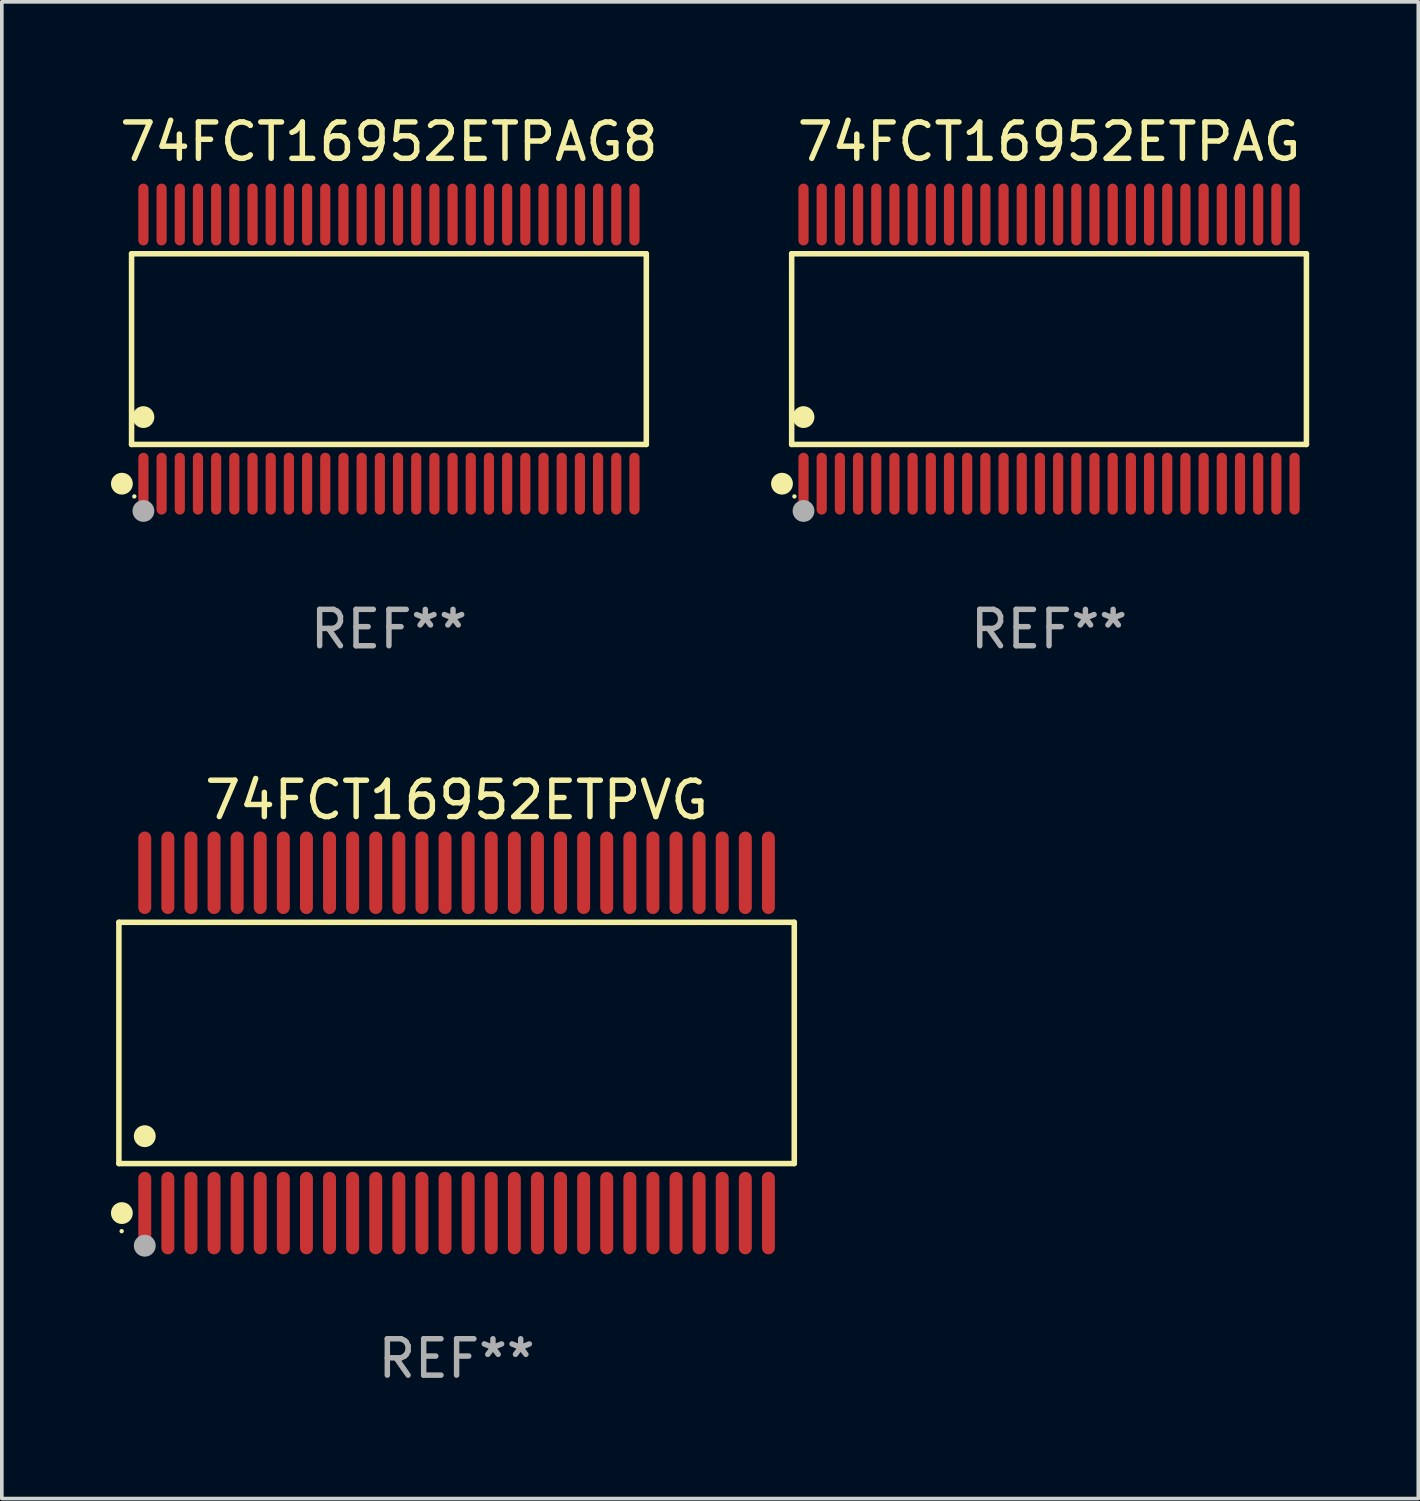
<source format=kicad_pcb>
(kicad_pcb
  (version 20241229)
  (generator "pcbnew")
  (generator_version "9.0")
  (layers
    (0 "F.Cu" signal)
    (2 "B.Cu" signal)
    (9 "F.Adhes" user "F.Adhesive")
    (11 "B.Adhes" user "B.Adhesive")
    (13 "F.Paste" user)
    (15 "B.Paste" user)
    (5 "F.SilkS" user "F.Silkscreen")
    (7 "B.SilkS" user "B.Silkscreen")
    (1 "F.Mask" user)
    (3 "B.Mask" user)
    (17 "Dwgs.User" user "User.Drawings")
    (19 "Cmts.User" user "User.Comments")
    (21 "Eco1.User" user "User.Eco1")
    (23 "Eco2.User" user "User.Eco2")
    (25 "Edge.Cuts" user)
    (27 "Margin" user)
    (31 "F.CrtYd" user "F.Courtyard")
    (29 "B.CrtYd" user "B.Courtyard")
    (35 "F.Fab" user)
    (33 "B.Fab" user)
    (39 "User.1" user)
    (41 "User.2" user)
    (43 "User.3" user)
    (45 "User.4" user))
  (footprint "74FCT16952ETPAG8"
    (layer "F.Cu")
    (at 7.643 6.548)
    (property "Reference" "74FCT16952ETPAG8" (at 0 -5.7 0) (layer "F.SilkS") (effects (font (size 1 1) (thickness 0.15))))
    (attr through_hole)
    (fp_line (start -7.076 -2.621) (end 7.076 -2.621) (stroke (width 0.152) (type solid)) (layer "F.SilkS"))
    (fp_line (start -7.076 2.621) (end -7.076 -2.621) (stroke (width 0.152) (type solid)) (layer "F.SilkS"))
    (fp_line (start 7.076 -2.621) (end 7.076 2.621) (stroke (width 0.152) (type solid)) (layer "F.SilkS"))
    (fp_line (start 7.076 2.621) (end -7.076 2.621) (stroke (width 0.152) (type solid)) (layer "F.SilkS"))
    (fp_circle (center -7.342 3.7) (end -7.192 3.7) (stroke (width 0.3) (type solid)) (fill no) (layer "F.SilkS"))
    (fp_circle (center -7 4.05) (end -6.97 4.05) (stroke (width 0.06) (type solid)) (fill no) (layer "F.SilkS"))
    (fp_circle (center -6.75 1.869) (end -6.6 1.869) (stroke (width 0.3) (type solid)) (fill no) (layer "F.SilkS"))
    (fp_circle (center -6.75 4.45) (end -6.6 4.45) (stroke (width 0.3) (type solid)) (fill no) (layer "F.Fab"))
    (fp_text user "REF**" (at 0 7.7 0) (layer "F.Fab") (effects (font (size 1 1) (thickness 0.15))))
    (pad "1" smd oval (at -6.75 3.7) (size 0.28 1.7) (layers "F.Cu" "F.Mask" "F.Paste"))
    (pad "2" smd oval (at -6.25 3.7) (size 0.28 1.7) (layers "F.Cu" "F.Mask" "F.Paste"))
    (pad "3" smd oval (at -5.75 3.7) (size 0.28 1.7) (layers "F.Cu" "F.Mask" "F.Paste"))
    (pad "4" smd oval (at -5.25 3.7) (size 0.28 1.7) (layers "F.Cu" "F.Mask" "F.Paste"))
    (pad "5" smd oval (at -4.75 3.7) (size 0.28 1.7) (layers "F.Cu" "F.Mask" "F.Paste"))
    (pad "6" smd oval (at -4.25 3.7) (size 0.28 1.7) (layers "F.Cu" "F.Mask" "F.Paste"))
    (pad "7" smd oval (at -3.75 3.7) (size 0.28 1.7) (layers "F.Cu" "F.Mask" "F.Paste"))
    (pad "8" smd oval (at -3.25 3.7) (size 0.28 1.7) (layers "F.Cu" "F.Mask" "F.Paste"))
    (pad "9" smd oval (at -2.75 3.7) (size 0.28 1.7) (layers "F.Cu" "F.Mask" "F.Paste"))
    (pad "10" smd oval (at -2.25 3.7) (size 0.28 1.7) (layers "F.Cu" "F.Mask" "F.Paste"))
    (pad "11" smd oval (at -1.75 3.7) (size 0.28 1.7) (layers "F.Cu" "F.Mask" "F.Paste"))
    (pad "12" smd oval (at -1.25 3.7) (size 0.28 1.7) (layers "F.Cu" "F.Mask" "F.Paste"))
    (pad "13" smd oval (at -0.75 3.7) (size 0.28 1.7) (layers "F.Cu" "F.Mask" "F.Paste"))
    (pad "14" smd oval (at -0.25 3.7) (size 0.28 1.7) (layers "F.Cu" "F.Mask" "F.Paste"))
    (pad "15" smd oval (at 0.25 3.7) (size 0.28 1.7) (layers "F.Cu" "F.Mask" "F.Paste"))
    (pad "16" smd oval (at 0.75 3.7) (size 0.28 1.7) (layers "F.Cu" "F.Mask" "F.Paste"))
    (pad "17" smd oval (at 1.25 3.7) (size 0.28 1.7) (layers "F.Cu" "F.Mask" "F.Paste"))
    (pad "18" smd oval (at 1.75 3.7) (size 0.28 1.7) (layers "F.Cu" "F.Mask" "F.Paste"))
    (pad "19" smd oval (at 2.25 3.7) (size 0.28 1.7) (layers "F.Cu" "F.Mask" "F.Paste"))
    (pad "20" smd oval (at 2.75 3.7) (size 0.28 1.7) (layers "F.Cu" "F.Mask" "F.Paste"))
    (pad "21" smd oval (at 3.25 3.7) (size 0.28 1.7) (layers "F.Cu" "F.Mask" "F.Paste"))
    (pad "22" smd oval (at 3.75 3.7) (size 0.28 1.7) (layers "F.Cu" "F.Mask" "F.Paste"))
    (pad "23" smd oval (at 4.25 3.7) (size 0.28 1.7) (layers "F.Cu" "F.Mask" "F.Paste"))
    (pad "24" smd oval (at 4.75 3.7) (size 0.28 1.7) (layers "F.Cu" "F.Mask" "F.Paste"))
    (pad "25" smd oval (at 5.25 3.7) (size 0.28 1.7) (layers "F.Cu" "F.Mask" "F.Paste"))
    (pad "26" smd oval (at 5.75 3.7) (size 0.28 1.7) (layers "F.Cu" "F.Mask" "F.Paste"))
    (pad "27" smd oval (at 6.25 3.7) (size 0.28 1.7) (layers "F.Cu" "F.Mask" "F.Paste"))
    (pad "28" smd oval (at 6.75 3.7) (size 0.28 1.7) (layers "F.Cu" "F.Mask" "F.Paste"))
    (pad "29" smd oval (at 6.75 -3.7) (size 0.28 1.7) (layers "F.Cu" "F.Mask" "F.Paste"))
    (pad "30" smd oval (at 6.25 -3.7) (size 0.28 1.7) (layers "F.Cu" "F.Mask" "F.Paste"))
    (pad "31" smd oval (at 5.75 -3.7) (size 0.28 1.7) (layers "F.Cu" "F.Mask" "F.Paste"))
    (pad "32" smd oval (at 5.25 -3.7) (size 0.28 1.7) (layers "F.Cu" "F.Mask" "F.Paste"))
    (pad "33" smd oval (at 4.75 -3.7) (size 0.28 1.7) (layers "F.Cu" "F.Mask" "F.Paste"))
    (pad "34" smd oval (at 4.25 -3.7) (size 0.28 1.7) (layers "F.Cu" "F.Mask" "F.Paste"))
    (pad "35" smd oval (at 3.75 -3.7) (size 0.28 1.7) (layers "F.Cu" "F.Mask" "F.Paste"))
    (pad "36" smd oval (at 3.25 -3.7) (size 0.28 1.7) (layers "F.Cu" "F.Mask" "F.Paste"))
    (pad "37" smd oval (at 2.75 -3.7) (size 0.28 1.7) (layers "F.Cu" "F.Mask" "F.Paste"))
    (pad "38" smd oval (at 2.25 -3.7) (size 0.28 1.7) (layers "F.Cu" "F.Mask" "F.Paste"))
    (pad "39" smd oval (at 1.75 -3.7) (size 0.28 1.7) (layers "F.Cu" "F.Mask" "F.Paste"))
    (pad "40" smd oval (at 1.25 -3.7) (size 0.28 1.7) (layers "F.Cu" "F.Mask" "F.Paste"))
    (pad "41" smd oval (at 0.75 -3.7) (size 0.28 1.7) (layers "F.Cu" "F.Mask" "F.Paste"))
    (pad "42" smd oval (at 0.25 -3.7) (size 0.28 1.7) (layers "F.Cu" "F.Mask" "F.Paste"))
    (pad "43" smd oval (at -0.25 -3.7) (size 0.28 1.7) (layers "F.Cu" "F.Mask" "F.Paste"))
    (pad "44" smd oval (at -0.75 -3.7) (size 0.28 1.7) (layers "F.Cu" "F.Mask" "F.Paste"))
    (pad "45" smd oval (at -1.25 -3.7) (size 0.28 1.7) (layers "F.Cu" "F.Mask" "F.Paste"))
    (pad "46" smd oval (at -1.75 -3.7) (size 0.28 1.7) (layers "F.Cu" "F.Mask" "F.Paste"))
    (pad "47" smd oval (at -2.25 -3.7) (size 0.28 1.7) (layers "F.Cu" "F.Mask" "F.Paste"))
    (pad "48" smd oval (at -2.75 -3.7) (size 0.28 1.7) (layers "F.Cu" "F.Mask" "F.Paste"))
    (pad "49" smd oval (at -3.25 -3.7) (size 0.28 1.7) (layers "F.Cu" "F.Mask" "F.Paste"))
    (pad "50" smd oval (at -3.75 -3.7) (size 0.28 1.7) (layers "F.Cu" "F.Mask" "F.Paste"))
    (pad "51" smd oval (at -4.25 -3.7) (size 0.28 1.7) (layers "F.Cu" "F.Mask" "F.Paste"))
    (pad "52" smd oval (at -4.75 -3.7) (size 0.28 1.7) (layers "F.Cu" "F.Mask" "F.Paste"))
    (pad "53" smd oval (at -5.25 -3.7) (size 0.28 1.7) (layers "F.Cu" "F.Mask" "F.Paste"))
    (pad "54" smd oval (at -5.75 -3.7) (size 0.28 1.7) (layers "F.Cu" "F.Mask" "F.Paste"))
    (pad "55" smd oval (at -6.25 -3.7) (size 0.28 1.7) (layers "F.Cu" "F.Mask" "F.Paste"))
    (pad "56" smd oval (at -6.75 -3.7) (size 0.28 1.7) (layers "F.Cu" "F.Mask" "F.Paste")))
  (footprint "74FCT16952ETPVG"
    (layer "F.Cu")
    (at 9.503 25.623)
    (property "Reference" "74FCT16952ETPVG" (at 0 -6.678 0) (layer "F.SilkS") (effects (font (size 1 1) (thickness 0.15))))
    (attr through_hole)
    (fp_line (start -9.284 -3.316) (end 9.284 -3.316) (stroke (width 0.152) (type solid)) (layer "F.SilkS"))
    (fp_line (start -9.284 3.316) (end -9.284 -3.316) (stroke (width 0.152) (type solid)) (layer "F.SilkS"))
    (fp_line (start 9.284 -3.316) (end 9.284 3.316) (stroke (width 0.152) (type solid)) (layer "F.SilkS"))
    (fp_line (start 9.284 3.316) (end -9.284 3.316) (stroke (width 0.152) (type solid)) (layer "F.SilkS"))
    (fp_circle (center -9.208 5.175) (end -9.178 5.175) (stroke (width 0.06) (type solid)) (fill no) (layer "F.SilkS"))
    (fp_circle (center -9.203 4.678) (end -9.053 4.678) (stroke (width 0.3) (type solid)) (fill no) (layer "F.SilkS"))
    (fp_circle (center -8.573 2.564) (end -8.422 2.564) (stroke (width 0.3) (type solid)) (fill no) (layer "F.SilkS"))
    (fp_circle (center -8.573 5.575) (end -8.422 5.575) (stroke (width 0.3) (type solid)) (fill no) (layer "F.Fab"))
    (fp_text user "REF**" (at 0 8.678 0) (layer "F.Fab") (effects (font (size 1 1) (thickness 0.15))))
    (pad "1" smd oval (at -8.573 4.678) (size 0.356 2.267) (layers "F.Cu" "F.Mask" "F.Paste"))
    (pad "2" smd oval (at -7.938 4.678) (size 0.356 2.267) (layers "F.Cu" "F.Mask" "F.Paste"))
    (pad "3" smd oval (at -7.303 4.678) (size 0.356 2.267) (layers "F.Cu" "F.Mask" "F.Paste"))
    (pad "4" smd oval (at -6.668 4.678) (size 0.356 2.267) (layers "F.Cu" "F.Mask" "F.Paste"))
    (pad "5" smd oval (at -6.033 4.678) (size 0.356 2.267) (layers "F.Cu" "F.Mask" "F.Paste"))
    (pad "6" smd oval (at -5.398 4.678) (size 0.356 2.267) (layers "F.Cu" "F.Mask" "F.Paste"))
    (pad "7" smd oval (at -4.763 4.678) (size 0.356 2.267) (layers "F.Cu" "F.Mask" "F.Paste"))
    (pad "8" smd oval (at -4.128 4.678) (size 0.356 2.267) (layers "F.Cu" "F.Mask" "F.Paste"))
    (pad "9" smd oval (at -3.493 4.678) (size 0.356 2.267) (layers "F.Cu" "F.Mask" "F.Paste"))
    (pad "10" smd oval (at -2.858 4.678) (size 0.356 2.267) (layers "F.Cu" "F.Mask" "F.Paste"))
    (pad "11" smd oval (at -2.223 4.678) (size 0.356 2.267) (layers "F.Cu" "F.Mask" "F.Paste"))
    (pad "12" smd oval (at -1.588 4.678) (size 0.356 2.267) (layers "F.Cu" "F.Mask" "F.Paste"))
    (pad "13" smd oval (at -0.953 4.678) (size 0.356 2.267) (layers "F.Cu" "F.Mask" "F.Paste"))
    (pad "14" smd oval (at -0.318 4.678) (size 0.356 2.267) (layers "F.Cu" "F.Mask" "F.Paste"))
    (pad "15" smd oval (at 0.318 4.678) (size 0.356 2.267) (layers "F.Cu" "F.Mask" "F.Paste"))
    (pad "16" smd oval (at 0.953 4.678) (size 0.356 2.267) (layers "F.Cu" "F.Mask" "F.Paste"))
    (pad "17" smd oval (at 1.588 4.678) (size 0.356 2.267) (layers "F.Cu" "F.Mask" "F.Paste"))
    (pad "18" smd oval (at 2.223 4.678) (size 0.356 2.267) (layers "F.Cu" "F.Mask" "F.Paste"))
    (pad "19" smd oval (at 2.858 4.678) (size 0.356 2.267) (layers "F.Cu" "F.Mask" "F.Paste"))
    (pad "20" smd oval (at 3.493 4.678) (size 0.356 2.267) (layers "F.Cu" "F.Mask" "F.Paste"))
    (pad "21" smd oval (at 4.128 4.678) (size 0.356 2.267) (layers "F.Cu" "F.Mask" "F.Paste"))
    (pad "22" smd oval (at 4.763 4.678) (size 0.356 2.267) (layers "F.Cu" "F.Mask" "F.Paste"))
    (pad "23" smd oval (at 5.398 4.678) (size 0.356 2.267) (layers "F.Cu" "F.Mask" "F.Paste"))
    (pad "24" smd oval (at 6.033 4.678) (size 0.356 2.267) (layers "F.Cu" "F.Mask" "F.Paste"))
    (pad "25" smd oval (at 6.668 4.678) (size 0.356 2.267) (layers "F.Cu" "F.Mask" "F.Paste"))
    (pad "26" smd oval (at 7.303 4.678) (size 0.356 2.267) (layers "F.Cu" "F.Mask" "F.Paste"))
    (pad "27" smd oval (at 7.938 4.678) (size 0.356 2.267) (layers "F.Cu" "F.Mask" "F.Paste"))
    (pad "28" smd oval (at 8.573 4.678) (size 0.356 2.267) (layers "F.Cu" "F.Mask" "F.Paste"))
    (pad "29" smd oval (at 8.573 -4.678) (size 0.356 2.267) (layers "F.Cu" "F.Mask" "F.Paste"))
    (pad "30" smd oval (at 7.938 -4.678) (size 0.356 2.267) (layers "F.Cu" "F.Mask" "F.Paste"))
    (pad "31" smd oval (at 7.303 -4.678) (size 0.356 2.267) (layers "F.Cu" "F.Mask" "F.Paste"))
    (pad "32" smd oval (at 6.668 -4.678) (size 0.356 2.267) (layers "F.Cu" "F.Mask" "F.Paste"))
    (pad "33" smd oval (at 6.033 -4.678) (size 0.356 2.267) (layers "F.Cu" "F.Mask" "F.Paste"))
    (pad "34" smd oval (at 5.398 -4.678) (size 0.356 2.267) (layers "F.Cu" "F.Mask" "F.Paste"))
    (pad "35" smd oval (at 4.763 -4.678) (size 0.356 2.267) (layers "F.Cu" "F.Mask" "F.Paste"))
    (pad "36" smd oval (at 4.128 -4.678) (size 0.356 2.267) (layers "F.Cu" "F.Mask" "F.Paste"))
    (pad "37" smd oval (at 3.493 -4.678) (size 0.356 2.267) (layers "F.Cu" "F.Mask" "F.Paste"))
    (pad "38" smd oval (at 2.858 -4.678) (size 0.356 2.267) (layers "F.Cu" "F.Mask" "F.Paste"))
    (pad "39" smd oval (at 2.223 -4.678) (size 0.356 2.267) (layers "F.Cu" "F.Mask" "F.Paste"))
    (pad "40" smd oval (at 1.588 -4.678) (size 0.356 2.267) (layers "F.Cu" "F.Mask" "F.Paste"))
    (pad "41" smd oval (at 0.953 -4.678) (size 0.356 2.267) (layers "F.Cu" "F.Mask" "F.Paste"))
    (pad "42" smd oval (at 0.318 -4.678) (size 0.356 2.267) (layers "F.Cu" "F.Mask" "F.Paste"))
    (pad "43" smd oval (at -0.318 -4.678) (size 0.356 2.267) (layers "F.Cu" "F.Mask" "F.Paste"))
    (pad "44" smd oval (at -0.953 -4.678) (size 0.356 2.267) (layers "F.Cu" "F.Mask" "F.Paste"))
    (pad "45" smd oval (at -1.588 -4.678) (size 0.356 2.267) (layers "F.Cu" "F.Mask" "F.Paste"))
    (pad "46" smd oval (at -2.223 -4.678) (size 0.356 2.267) (layers "F.Cu" "F.Mask" "F.Paste"))
    (pad "47" smd oval (at -2.858 -4.678) (size 0.356 2.267) (layers "F.Cu" "F.Mask" "F.Paste"))
    (pad "48" smd oval (at -3.493 -4.678) (size 0.356 2.267) (layers "F.Cu" "F.Mask" "F.Paste"))
    (pad "49" smd oval (at -4.128 -4.678) (size 0.356 2.267) (layers "F.Cu" "F.Mask" "F.Paste"))
    (pad "50" smd oval (at -4.763 -4.678) (size 0.356 2.267) (layers "F.Cu" "F.Mask" "F.Paste"))
    (pad "51" smd oval (at -5.398 -4.678) (size 0.356 2.267) (layers "F.Cu" "F.Mask" "F.Paste"))
    (pad "52" smd oval (at -6.033 -4.678) (size 0.356 2.267) (layers "F.Cu" "F.Mask" "F.Paste"))
    (pad "53" smd oval (at -6.668 -4.678) (size 0.356 2.267) (layers "F.Cu" "F.Mask" "F.Paste"))
    (pad "54" smd oval (at -7.303 -4.678) (size 0.356 2.267) (layers "F.Cu" "F.Mask" "F.Paste"))
    (pad "55" smd oval (at -7.938 -4.678) (size 0.356 2.267) (layers "F.Cu" "F.Mask" "F.Paste"))
    (pad "56" smd oval (at -8.573 -4.678) (size 0.356 2.267) (layers "F.Cu" "F.Mask" "F.Paste")))
  (footprint "74FCT16952ETPAG"
    (layer "F.Cu")
    (at 25.791 6.548)
    (property "Reference" "74FCT16952ETPAG" (at 0 -5.7 0) (layer "F.SilkS") (effects (font (size 1 1) (thickness 0.15))))
    (attr through_hole)
    (fp_line (start -7.076 -2.621) (end 7.076 -2.621) (stroke (width 0.152) (type solid)) (layer "F.SilkS"))
    (fp_line (start -7.076 2.621) (end -7.076 -2.621) (stroke (width 0.152) (type solid)) (layer "F.SilkS"))
    (fp_line (start 7.076 -2.621) (end 7.076 2.621) (stroke (width 0.152) (type solid)) (layer "F.SilkS"))
    (fp_line (start 7.076 2.621) (end -7.076 2.621) (stroke (width 0.152) (type solid)) (layer "F.SilkS"))
    (fp_circle (center -7.342 3.7) (end -7.192 3.7) (stroke (width 0.3) (type solid)) (fill no) (layer "F.SilkS"))
    (fp_circle (center -7 4.05) (end -6.97 4.05) (stroke (width 0.06) (type solid)) (fill no) (layer "F.SilkS"))
    (fp_circle (center -6.75 1.869) (end -6.6 1.869) (stroke (width 0.3) (type solid)) (fill no) (layer "F.SilkS"))
    (fp_circle (center -6.75 4.45) (end -6.6 4.45) (stroke (width 0.3) (type solid)) (fill no) (layer "F.Fab"))
    (fp_text user "REF**" (at 0 7.7 0) (layer "F.Fab") (effects (font (size 1 1) (thickness 0.15))))
    (pad "1" smd oval (at -6.75 3.7) (size 0.28 1.7) (layers "F.Cu" "F.Mask" "F.Paste"))
    (pad "2" smd oval (at -6.25 3.7) (size 0.28 1.7) (layers "F.Cu" "F.Mask" "F.Paste"))
    (pad "3" smd oval (at -5.75 3.7) (size 0.28 1.7) (layers "F.Cu" "F.Mask" "F.Paste"))
    (pad "4" smd oval (at -5.25 3.7) (size 0.28 1.7) (layers "F.Cu" "F.Mask" "F.Paste"))
    (pad "5" smd oval (at -4.75 3.7) (size 0.28 1.7) (layers "F.Cu" "F.Mask" "F.Paste"))
    (pad "6" smd oval (at -4.25 3.7) (size 0.28 1.7) (layers "F.Cu" "F.Mask" "F.Paste"))
    (pad "7" smd oval (at -3.75 3.7) (size 0.28 1.7) (layers "F.Cu" "F.Mask" "F.Paste"))
    (pad "8" smd oval (at -3.25 3.7) (size 0.28 1.7) (layers "F.Cu" "F.Mask" "F.Paste"))
    (pad "9" smd oval (at -2.75 3.7) (size 0.28 1.7) (layers "F.Cu" "F.Mask" "F.Paste"))
    (pad "10" smd oval (at -2.25 3.7) (size 0.28 1.7) (layers "F.Cu" "F.Mask" "F.Paste"))
    (pad "11" smd oval (at -1.75 3.7) (size 0.28 1.7) (layers "F.Cu" "F.Mask" "F.Paste"))
    (pad "12" smd oval (at -1.25 3.7) (size 0.28 1.7) (layers "F.Cu" "F.Mask" "F.Paste"))
    (pad "13" smd oval (at -0.75 3.7) (size 0.28 1.7) (layers "F.Cu" "F.Mask" "F.Paste"))
    (pad "14" smd oval (at -0.25 3.7) (size 0.28 1.7) (layers "F.Cu" "F.Mask" "F.Paste"))
    (pad "15" smd oval (at 0.25 3.7) (size 0.28 1.7) (layers "F.Cu" "F.Mask" "F.Paste"))
    (pad "16" smd oval (at 0.75 3.7) (size 0.28 1.7) (layers "F.Cu" "F.Mask" "F.Paste"))
    (pad "17" smd oval (at 1.25 3.7) (size 0.28 1.7) (layers "F.Cu" "F.Mask" "F.Paste"))
    (pad "18" smd oval (at 1.75 3.7) (size 0.28 1.7) (layers "F.Cu" "F.Mask" "F.Paste"))
    (pad "19" smd oval (at 2.25 3.7) (size 0.28 1.7) (layers "F.Cu" "F.Mask" "F.Paste"))
    (pad "20" smd oval (at 2.75 3.7) (size 0.28 1.7) (layers "F.Cu" "F.Mask" "F.Paste"))
    (pad "21" smd oval (at 3.25 3.7) (size 0.28 1.7) (layers "F.Cu" "F.Mask" "F.Paste"))
    (pad "22" smd oval (at 3.75 3.7) (size 0.28 1.7) (layers "F.Cu" "F.Mask" "F.Paste"))
    (pad "23" smd oval (at 4.25 3.7) (size 0.28 1.7) (layers "F.Cu" "F.Mask" "F.Paste"))
    (pad "24" smd oval (at 4.75 3.7) (size 0.28 1.7) (layers "F.Cu" "F.Mask" "F.Paste"))
    (pad "25" smd oval (at 5.25 3.7) (size 0.28 1.7) (layers "F.Cu" "F.Mask" "F.Paste"))
    (pad "26" smd oval (at 5.75 3.7) (size 0.28 1.7) (layers "F.Cu" "F.Mask" "F.Paste"))
    (pad "27" smd oval (at 6.25 3.7) (size 0.28 1.7) (layers "F.Cu" "F.Mask" "F.Paste"))
    (pad "28" smd oval (at 6.75 3.7) (size 0.28 1.7) (layers "F.Cu" "F.Mask" "F.Paste"))
    (pad "29" smd oval (at 6.75 -3.7) (size 0.28 1.7) (layers "F.Cu" "F.Mask" "F.Paste"))
    (pad "30" smd oval (at 6.25 -3.7) (size 0.28 1.7) (layers "F.Cu" "F.Mask" "F.Paste"))
    (pad "31" smd oval (at 5.75 -3.7) (size 0.28 1.7) (layers "F.Cu" "F.Mask" "F.Paste"))
    (pad "32" smd oval (at 5.25 -3.7) (size 0.28 1.7) (layers "F.Cu" "F.Mask" "F.Paste"))
    (pad "33" smd oval (at 4.75 -3.7) (size 0.28 1.7) (layers "F.Cu" "F.Mask" "F.Paste"))
    (pad "34" smd oval (at 4.25 -3.7) (size 0.28 1.7) (layers "F.Cu" "F.Mask" "F.Paste"))
    (pad "35" smd oval (at 3.75 -3.7) (size 0.28 1.7) (layers "F.Cu" "F.Mask" "F.Paste"))
    (pad "36" smd oval (at 3.25 -3.7) (size 0.28 1.7) (layers "F.Cu" "F.Mask" "F.Paste"))
    (pad "37" smd oval (at 2.75 -3.7) (size 0.28 1.7) (layers "F.Cu" "F.Mask" "F.Paste"))
    (pad "38" smd oval (at 2.25 -3.7) (size 0.28 1.7) (layers "F.Cu" "F.Mask" "F.Paste"))
    (pad "39" smd oval (at 1.75 -3.7) (size 0.28 1.7) (layers "F.Cu" "F.Mask" "F.Paste"))
    (pad "40" smd oval (at 1.25 -3.7) (size 0.28 1.7) (layers "F.Cu" "F.Mask" "F.Paste"))
    (pad "41" smd oval (at 0.75 -3.7) (size 0.28 1.7) (layers "F.Cu" "F.Mask" "F.Paste"))
    (pad "42" smd oval (at 0.25 -3.7) (size 0.28 1.7) (layers "F.Cu" "F.Mask" "F.Paste"))
    (pad "43" smd oval (at -0.25 -3.7) (size 0.28 1.7) (layers "F.Cu" "F.Mask" "F.Paste"))
    (pad "44" smd oval (at -0.75 -3.7) (size 0.28 1.7) (layers "F.Cu" "F.Mask" "F.Paste"))
    (pad "45" smd oval (at -1.25 -3.7) (size 0.28 1.7) (layers "F.Cu" "F.Mask" "F.Paste"))
    (pad "46" smd oval (at -1.75 -3.7) (size 0.28 1.7) (layers "F.Cu" "F.Mask" "F.Paste"))
    (pad "47" smd oval (at -2.25 -3.7) (size 0.28 1.7) (layers "F.Cu" "F.Mask" "F.Paste"))
    (pad "48" smd oval (at -2.75 -3.7) (size 0.28 1.7) (layers "F.Cu" "F.Mask" "F.Paste"))
    (pad "49" smd oval (at -3.25 -3.7) (size 0.28 1.7) (layers "F.Cu" "F.Mask" "F.Paste"))
    (pad "50" smd oval (at -3.75 -3.7) (size 0.28 1.7) (layers "F.Cu" "F.Mask" "F.Paste"))
    (pad "51" smd oval (at -4.25 -3.7) (size 0.28 1.7) (layers "F.Cu" "F.Mask" "F.Paste"))
    (pad "52" smd oval (at -4.75 -3.7) (size 0.28 1.7) (layers "F.Cu" "F.Mask" "F.Paste"))
    (pad "53" smd oval (at -5.25 -3.7) (size 0.28 1.7) (layers "F.Cu" "F.Mask" "F.Paste"))
    (pad "54" smd oval (at -5.75 -3.7) (size 0.28 1.7) (layers "F.Cu" "F.Mask" "F.Paste"))
    (pad "55" smd oval (at -6.25 -3.7) (size 0.28 1.7) (layers "F.Cu" "F.Mask" "F.Paste"))
    (pad "56" smd oval (at -6.75 -3.7) (size 0.28 1.7) (layers "F.Cu" "F.Mask" "F.Paste")))
  (gr_rect
    (start -3 -3)
    (end 35.943 38.15)
    (stroke (width 0.1) (type default))
    (fill no)
    (layer "Edge.Cuts")))
</source>
